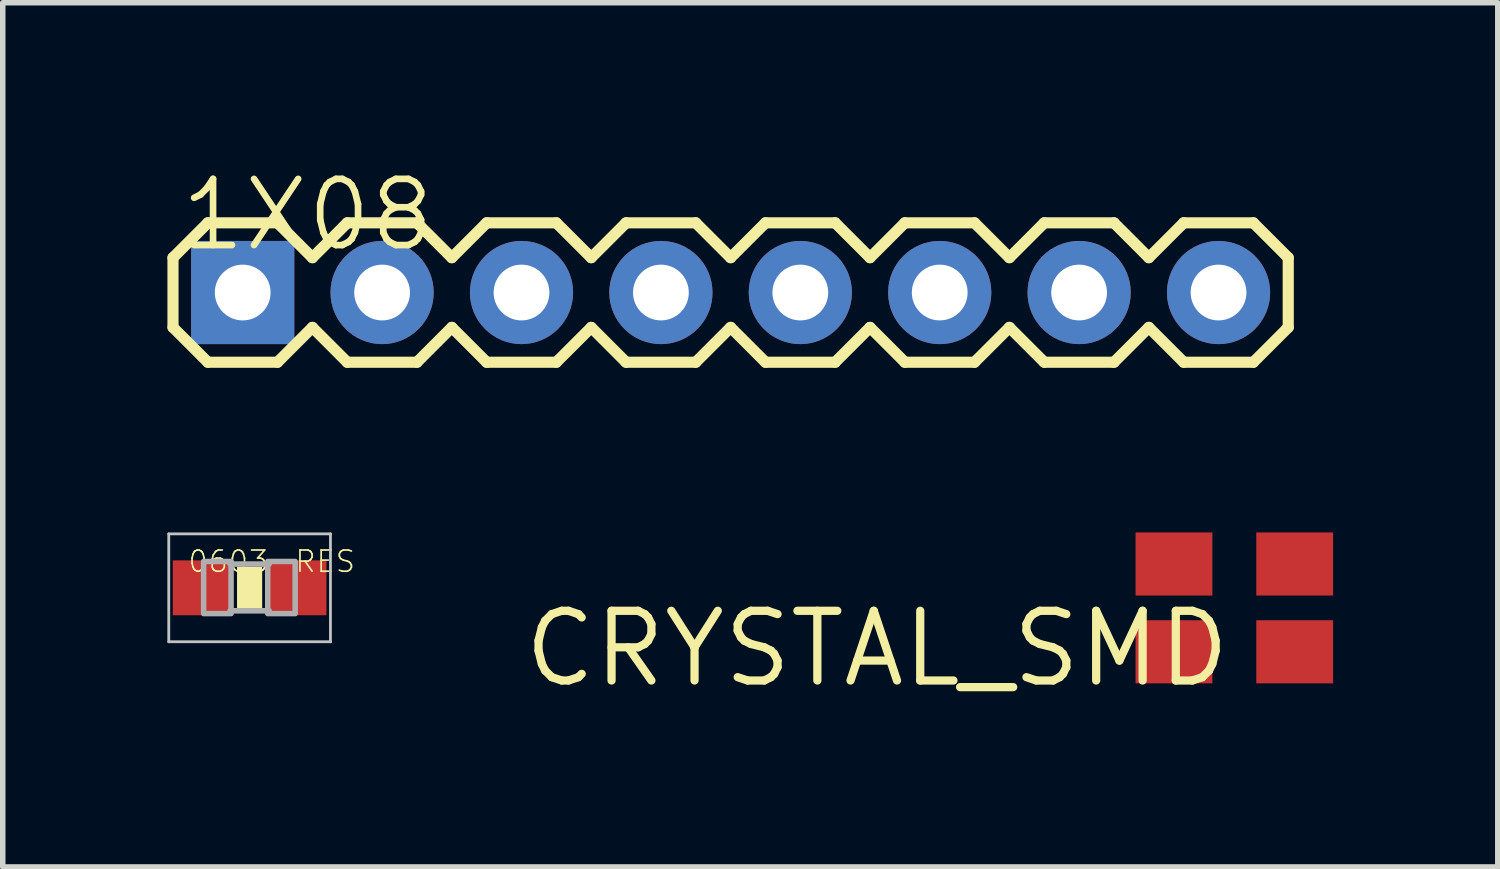
<source format=kicad_pcb>
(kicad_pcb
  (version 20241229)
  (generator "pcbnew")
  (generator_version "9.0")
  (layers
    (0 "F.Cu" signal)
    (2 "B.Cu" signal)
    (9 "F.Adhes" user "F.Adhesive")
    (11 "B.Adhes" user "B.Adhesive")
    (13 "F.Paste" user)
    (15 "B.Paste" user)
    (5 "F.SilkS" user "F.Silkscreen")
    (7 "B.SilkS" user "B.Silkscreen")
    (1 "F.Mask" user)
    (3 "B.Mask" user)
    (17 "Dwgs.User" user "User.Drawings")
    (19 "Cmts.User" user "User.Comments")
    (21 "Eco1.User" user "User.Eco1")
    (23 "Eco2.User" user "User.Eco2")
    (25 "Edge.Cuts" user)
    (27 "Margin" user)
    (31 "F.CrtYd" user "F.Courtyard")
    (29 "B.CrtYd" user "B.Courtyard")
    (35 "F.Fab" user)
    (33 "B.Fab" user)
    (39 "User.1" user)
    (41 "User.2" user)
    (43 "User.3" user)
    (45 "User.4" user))
  (footprint "1X08"
    (layer "F.Cu")
    (at 1.372 2.28)
    (property "Reference" "1X08" (at -1.194 -0.711 0) (layer "F.SilkS") (effects (font (size 1.206 1.206) (thickness 0.121)) (justify left bottom)))
    (attr through_hole)
    (fp_line (start -1.27 -0.635) (end -1.27 0.635) (stroke (width 0.203) (type solid)) (layer "F.SilkS"))
    (fp_line (start -1.27 0.635) (end -0.635 1.27) (stroke (width 0.203) (type solid)) (layer "F.SilkS"))
    (fp_line (start -0.635 -1.27) (end -1.27 -0.635) (stroke (width 0.203) (type solid)) (layer "F.SilkS"))
    (fp_line (start -0.635 -1.27) (end 0.635 -1.27) (stroke (width 0.203) (type solid)) (layer "F.SilkS"))
    (fp_line (start 0.635 -1.27) (end 1.27 -0.635) (stroke (width 0.203) (type solid)) (layer "F.SilkS"))
    (fp_line (start 0.635 1.27) (end -0.635 1.27) (stroke (width 0.203) (type solid)) (layer "F.SilkS"))
    (fp_line (start 1.27 -0.635) (end 1.905 -1.27) (stroke (width 0.203) (type solid)) (layer "F.SilkS"))
    (fp_line (start 1.27 0.635) (end 0.635 1.27) (stroke (width 0.203) (type solid)) (layer "F.SilkS"))
    (fp_line (start 1.905 -1.27) (end 3.175 -1.27) (stroke (width 0.203) (type solid)) (layer "F.SilkS"))
    (fp_line (start 1.905 1.27) (end 1.27 0.635) (stroke (width 0.203) (type solid)) (layer "F.SilkS"))
    (fp_line (start 3.175 -1.27) (end 3.81 -0.635) (stroke (width 0.203) (type solid)) (layer "F.SilkS"))
    (fp_line (start 3.175 1.27) (end 1.905 1.27) (stroke (width 0.203) (type solid)) (layer "F.SilkS"))
    (fp_line (start 3.81 -0.635) (end 4.445 -1.27) (stroke (width 0.203) (type solid)) (layer "F.SilkS"))
    (fp_line (start 3.81 0.635) (end 3.175 1.27) (stroke (width 0.203) (type solid)) (layer "F.SilkS"))
    (fp_line (start 4.445 -1.27) (end 5.715 -1.27) (stroke (width 0.203) (type solid)) (layer "F.SilkS"))
    (fp_line (start 4.445 1.27) (end 3.81 0.635) (stroke (width 0.203) (type solid)) (layer "F.SilkS"))
    (fp_line (start 5.715 -1.27) (end 6.35 -0.635) (stroke (width 0.203) (type solid)) (layer "F.SilkS"))
    (fp_line (start 5.715 1.27) (end 4.445 1.27) (stroke (width 0.203) (type solid)) (layer "F.SilkS"))
    (fp_line (start 6.35 0.635) (end 5.715 1.27) (stroke (width 0.203) (type solid)) (layer "F.SilkS"))
    (fp_line (start 6.35 0.635) (end 6.985 1.27) (stroke (width 0.203) (type solid)) (layer "F.SilkS"))
    (fp_line (start 6.985 -1.27) (end 6.35 -0.635) (stroke (width 0.203) (type solid)) (layer "F.SilkS"))
    (fp_line (start 6.985 -1.27) (end 8.255 -1.27) (stroke (width 0.203) (type solid)) (layer "F.SilkS"))
    (fp_line (start 8.255 -1.27) (end 8.89 -0.635) (stroke (width 0.203) (type solid)) (layer "F.SilkS"))
    (fp_line (start 8.255 1.27) (end 6.985 1.27) (stroke (width 0.203) (type solid)) (layer "F.SilkS"))
    (fp_line (start 8.89 -0.635) (end 9.525 -1.27) (stroke (width 0.203) (type solid)) (layer "F.SilkS"))
    (fp_line (start 8.89 0.635) (end 8.255 1.27) (stroke (width 0.203) (type solid)) (layer "F.SilkS"))
    (fp_line (start 9.525 -1.27) (end 10.795 -1.27) (stroke (width 0.203) (type solid)) (layer "F.SilkS"))
    (fp_line (start 9.525 1.27) (end 8.89 0.635) (stroke (width 0.203) (type solid)) (layer "F.SilkS"))
    (fp_line (start 10.795 -1.27) (end 11.43 -0.635) (stroke (width 0.203) (type solid)) (layer "F.SilkS"))
    (fp_line (start 10.795 1.27) (end 9.525 1.27) (stroke (width 0.203) (type solid)) (layer "F.SilkS"))
    (fp_line (start 11.43 -0.635) (end 12.065 -1.27) (stroke (width 0.203) (type solid)) (layer "F.SilkS"))
    (fp_line (start 11.43 0.635) (end 10.795 1.27) (stroke (width 0.203) (type solid)) (layer "F.SilkS"))
    (fp_line (start 12.065 -1.27) (end 13.335 -1.27) (stroke (width 0.203) (type solid)) (layer "F.SilkS"))
    (fp_line (start 12.065 1.27) (end 11.43 0.635) (stroke (width 0.203) (type solid)) (layer "F.SilkS"))
    (fp_line (start 13.335 -1.27) (end 13.97 -0.635) (stroke (width 0.203) (type solid)) (layer "F.SilkS"))
    (fp_line (start 13.335 1.27) (end 12.065 1.27) (stroke (width 0.203) (type solid)) (layer "F.SilkS"))
    (fp_line (start 13.97 0.635) (end 13.335 1.27) (stroke (width 0.203) (type solid)) (layer "F.SilkS"))
    (fp_line (start 13.97 0.635) (end 14.605 1.27) (stroke (width 0.203) (type solid)) (layer "F.SilkS"))
    (fp_line (start 14.605 -1.27) (end 13.97 -0.635) (stroke (width 0.203) (type solid)) (layer "F.SilkS"))
    (fp_line (start 14.605 -1.27) (end 15.875 -1.27) (stroke (width 0.203) (type solid)) (layer "F.SilkS"))
    (fp_line (start 15.875 -1.27) (end 16.51 -0.635) (stroke (width 0.203) (type solid)) (layer "F.SilkS"))
    (fp_line (start 15.875 1.27) (end 14.605 1.27) (stroke (width 0.203) (type solid)) (layer "F.SilkS"))
    (fp_line (start 16.51 0.635) (end 15.875 1.27) (stroke (width 0.203) (type solid)) (layer "F.SilkS"))
    (fp_line (start 16.51 0.635) (end 17.145 1.27) (stroke (width 0.203) (type solid)) (layer "F.SilkS"))
    (fp_line (start 17.145 -1.27) (end 16.51 -0.635) (stroke (width 0.203) (type solid)) (layer "F.SilkS"))
    (fp_line (start 17.145 -1.27) (end 18.415 -1.27) (stroke (width 0.203) (type solid)) (layer "F.SilkS"))
    (fp_line (start 18.415 -1.27) (end 19.05 -0.635) (stroke (width 0.203) (type solid)) (layer "F.SilkS"))
    (fp_line (start 18.415 1.27) (end 17.145 1.27) (stroke (width 0.203) (type solid)) (layer "F.SilkS"))
    (fp_line (start 19.05 -0.635) (end 19.05 0.635) (stroke (width 0.203) (type solid)) (layer "F.SilkS"))
    (fp_line (start 19.05 0.635) (end 18.415 1.27) (stroke (width 0.203) (type solid)) (layer "F.SilkS"))
    (fp_poly (pts (xy -0.254 0.254) (xy 0.254 0.254) (xy 0.254 -0.254) (xy -0.254 -0.254)) (stroke (width 0.1) (type solid)) (fill no) (layer "F.Fab"))
    (fp_poly (pts (xy 2.286 0.254) (xy 2.794 0.254) (xy 2.794 -0.254) (xy 2.286 -0.254)) (stroke (width 0.1) (type solid)) (fill no) (layer "F.Fab"))
    (fp_poly (pts (xy 4.826 0.254) (xy 5.334 0.254) (xy 5.334 -0.254) (xy 4.826 -0.254)) (stroke (width 0.1) (type solid)) (fill no) (layer "F.Fab"))
    (fp_poly (pts (xy 7.366 0.254) (xy 7.874 0.254) (xy 7.874 -0.254) (xy 7.366 -0.254)) (stroke (width 0.1) (type solid)) (fill no) (layer "F.Fab"))
    (fp_poly (pts (xy 9.906 0.254) (xy 10.414 0.254) (xy 10.414 -0.254) (xy 9.906 -0.254)) (stroke (width 0.1) (type solid)) (fill no) (layer "F.Fab"))
    (fp_poly (pts (xy 12.446 0.254) (xy 12.954 0.254) (xy 12.954 -0.254) (xy 12.446 -0.254)) (stroke (width 0.1) (type solid)) (fill no) (layer "F.Fab"))
    (fp_poly (pts (xy 14.986 0.254) (xy 15.494 0.254) (xy 15.494 -0.254) (xy 14.986 -0.254)) (stroke (width 0.1) (type solid)) (fill no) (layer "F.Fab"))
    (fp_poly (pts (xy 17.526 0.254) (xy 18.034 0.254) (xy 18.034 -0.254) (xy 17.526 -0.254)) (stroke (width 0.1) (type solid)) (fill no) (layer "F.Fab"))
    (pad "1" thru_hole rect (at 0 0 90) (size 1.88 1.88) (drill 1.016) (layers "*.Cu" "*.Mask"))
    (pad "2" thru_hole circle (at 2.54 0 90) (size 1.88 1.88) (drill 1.016) (layers "*.Cu" "*.Mask"))
    (pad "3" thru_hole circle (at 5.08 0 90) (size 1.88 1.88) (drill 1.016) (layers "*.Cu" "*.Mask"))
    (pad "4" thru_hole circle (at 7.62 0 90) (size 1.88 1.88) (drill 1.016) (layers "*.Cu" "*.Mask"))
    (pad "5" thru_hole circle (at 10.16 0 90) (size 1.88 1.88) (drill 1.016) (layers "*.Cu" "*.Mask"))
    (pad "6" thru_hole circle (at 12.7 0 90) (size 1.88 1.88) (drill 1.016) (layers "*.Cu" "*.Mask"))
    (pad "7" thru_hole circle (at 15.24 0 90) (size 1.88 1.88) (drill 1.016) (layers "*.Cu" "*.Mask"))
    (pad "8" thru_hole circle (at 17.78 0 90) (size 1.88 1.88) (drill 1.016) (layers "*.Cu" "*.Mask")))
  (footprint "0603-RES"
    (layer "F.Cu")
    (at 1.498 7.66)
    (property "Reference" "0603-RES" (at -1.143 -0.254 180) (layer "F.SilkS") (effects (font (size 0.386 0.386) (thickness 0.031)) (justify left bottom)))
    (attr through_hole)
    (fp_poly (pts (xy -0.229 0.381) (xy 0.229 0.381) (xy 0.229 -0.381) (xy -0.229 -0.381)) (stroke (width 0) (type solid)) (fill yes) (layer "F.SilkS"))
    (fp_poly (pts (xy -0.2 0.3) (xy 0.2 0.3) (xy 0.2 -0.3) (xy -0.2 -0.3)) (stroke (width 0) (type solid)) (fill yes) (layer "F.Adhes"))
    (fp_line (start -1.473 -0.983) (end 1.473 -0.983) (stroke (width 0.051) (type solid)) (layer "Dwgs.User"))
    (fp_line (start -1.473 0.983) (end -1.473 -0.983) (stroke (width 0.051) (type solid)) (layer "Dwgs.User"))
    (fp_line (start 1.473 -0.983) (end 1.473 0.983) (stroke (width 0.051) (type solid)) (layer "Dwgs.User"))
    (fp_line (start 1.473 0.983) (end -1.473 0.983) (stroke (width 0.051) (type solid)) (layer "Dwgs.User"))
    (fp_line (start -0.356 -0.432) (end 0.356 -0.432) (stroke (width 0.102) (type solid)) (layer "F.Fab"))
    (fp_line (start -0.356 0.419) (end 0.356 0.419) (stroke (width 0.102) (type solid)) (layer "F.Fab"))
    (fp_poly (pts (xy -0.838 0.47) (xy -0.338 0.47) (xy -0.338 -0.48) (xy -0.838 -0.48)) (stroke (width 0.1) (type solid)) (fill no) (layer "F.Fab"))
    (fp_poly (pts (xy 0.33 0.47) (xy 0.83 0.47) (xy 0.83 -0.48) (xy 0.33 -0.48)) (stroke (width 0.1) (type solid)) (fill no) (layer "F.Fab"))
    (pad "1" smd rect (at -0.85 0) (size 1.1 1) (layers "F.Cu" "F.Mask" "F.Paste"))
    (pad "2" smd rect (at 0.85 0) (size 1.1 1) (layers "F.Cu" "F.Mask" "F.Paste")))
  (footprint "CRYSTAL_SMD"
    (layer "F.Cu")
    (at 19.44 8.026)
    (property "Reference" "CRYSTAL_SMD" (at 0 0 0) (layer "F.SilkS") (effects (font (size 1.27 1.27) (thickness 0.15)) (justify right top)))
    (attr through_hole)
    (pad "1" smd rect (at -1.1 0.8) (size 1.4 1.15) (layers "F.Cu" "F.Mask" "F.Paste"))
    (pad "2" smd rect (at 1.1 0.8) (size 1.4 1.15) (layers "F.Cu" "F.Mask" "F.Paste"))
    (pad "3" smd rect (at 1.1 -0.8) (size 1.4 1.15) (layers "F.Cu" "F.Mask" "F.Paste"))
    (pad "4" smd rect (at -1.1 -0.8) (size 1.4 1.15) (layers "F.Cu" "F.Mask" "F.Paste")))
  (gr_rect
    (start -3 -3)
    (end 24.24 12.746)
    (stroke (width 0.1) (type default))
    (fill no)
    (layer "Edge.Cuts")))
</source>
